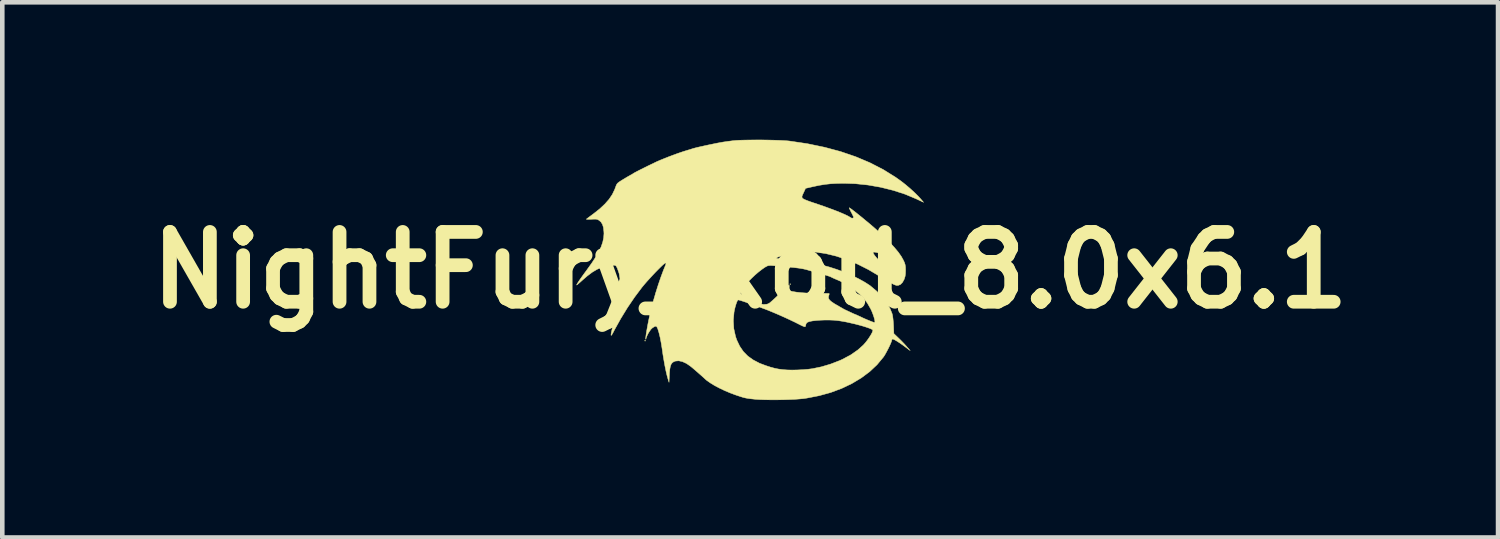
<source format=kicad_pcb>
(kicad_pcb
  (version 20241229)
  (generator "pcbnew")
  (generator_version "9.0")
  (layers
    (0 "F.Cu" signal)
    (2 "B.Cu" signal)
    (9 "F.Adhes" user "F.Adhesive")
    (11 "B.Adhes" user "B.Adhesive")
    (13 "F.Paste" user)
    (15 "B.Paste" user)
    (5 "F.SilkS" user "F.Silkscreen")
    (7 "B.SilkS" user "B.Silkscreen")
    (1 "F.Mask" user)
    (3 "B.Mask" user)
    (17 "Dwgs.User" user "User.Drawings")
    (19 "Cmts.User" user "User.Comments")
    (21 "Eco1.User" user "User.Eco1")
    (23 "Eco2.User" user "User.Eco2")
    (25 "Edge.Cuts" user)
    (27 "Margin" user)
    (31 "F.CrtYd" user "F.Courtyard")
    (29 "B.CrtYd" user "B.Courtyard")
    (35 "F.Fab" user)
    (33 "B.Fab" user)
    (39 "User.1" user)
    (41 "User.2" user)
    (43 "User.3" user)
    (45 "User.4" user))
  (footprint "NightFury_Roll_8.0x6.1"
    (layer "F.Cu")
    (at 13.324 2.847)
    (property "Reference" "NightFury_Roll_8.0x6.1" (at 0 0 0) (layer "F.SilkS") (effects (font (size 1.524 1.524) (thickness 0.3))))
    (attr through_hole)
    (fp_poly (pts (xy -2.291 1.529) (xy -2.289 1.545) (xy -2.291 1.548) (xy -2.299 1.546) (xy -2.3 1.538) (xy -2.295 1.526) (xy -2.291 1.529)) (stroke (width 0.01) (type solid)) (fill yes) (layer "F.SilkS"))
    (fp_poly (pts (xy 0.884 0.301) (xy 0.882 0.309) (xy 0.875 0.31) (xy 0.863 0.305) (xy 0.865 0.301) (xy 0.882 0.299) (xy 0.884 0.301)) (stroke (width 0.01) (type solid)) (fill yes) (layer "F.SilkS"))
    (fp_poly (pts (xy 0.257 -2.842) (xy 0.39 -2.84) (xy 0.518 -2.837) (xy 0.637 -2.833) (xy 0.741 -2.828) (xy 0.825 -2.822) (xy 0.861 -2.818) (xy 1.251 -2.76) (xy 1.622 -2.683) (xy 1.973 -2.589) (xy 2.304 -2.476) (xy 2.614 -2.345) (xy 2.904 -2.196) (xy 3.171 -2.03) (xy 3.295 -1.942) (xy 3.393 -1.865) (xy 3.493 -1.78) (xy 3.587 -1.694) (xy 3.669 -1.613) (xy 3.712 -1.566) (xy 3.785 -1.481) (xy 3.623 -1.557) (xy 3.382 -1.658) (xy 3.123 -1.742) (xy 2.85 -1.81) (xy 2.571 -1.859) (xy 2.29 -1.888) (xy 2.053 -1.896) (xy 1.901 -1.894) (xy 1.765 -1.887) (xy 1.637 -1.873) (xy 1.506 -1.852) (xy 1.361 -1.821) (xy 1.344 -1.817) (xy 1.209 -1.786) (xy 1.17 -1.701) (xy 1.151 -1.661) (xy 1.137 -1.629) (xy 1.13 -1.604) (xy 1.133 -1.583) (xy 1.149 -1.564) (xy 1.179 -1.546) (xy 1.226 -1.526) (xy 1.292 -1.501) (xy 1.38 -1.471) (xy 1.482 -1.437) (xy 1.621 -1.389) (xy 1.752 -1.341) (xy 1.872 -1.296) (xy 1.976 -1.254) (xy 2.064 -1.216) (xy 2.131 -1.184) (xy 2.176 -1.158) (xy 2.189 -1.149) (xy 2.216 -1.135) (xy 2.242 -1.136) (xy 2.257 -1.15) (xy 2.258 -1.155) (xy 2.252 -1.172) (xy 2.235 -1.208) (xy 2.212 -1.254) (xy 2.207 -1.262) (xy 2.184 -1.308) (xy 2.168 -1.343) (xy 2.162 -1.362) (xy 2.162 -1.363) (xy 2.175 -1.356) (xy 2.206 -1.335) (xy 2.252 -1.3) (xy 2.31 -1.255) (xy 2.376 -1.202) (xy 2.447 -1.145) (xy 2.52 -1.084) (xy 2.592 -1.025) (xy 2.659 -0.968) (xy 2.718 -0.917) (xy 2.754 -0.885) (xy 2.907 -0.743) (xy 3.037 -0.614) (xy 3.145 -0.498) (xy 3.232 -0.394) (xy 3.299 -0.299) (xy 3.346 -0.214) (xy 3.37 -0.161) (xy 3.383 -0.117) (xy 3.39 -0.069) (xy 3.392 -0.006) (xy 3.392 0) (xy 3.39 0.075) (xy 3.382 0.134) (xy 3.365 0.189) (xy 3.361 0.2) (xy 3.324 0.268) (xy 3.279 0.313) (xy 3.228 0.333) (xy 3.189 0.332) (xy 3.145 0.316) (xy 3.08 0.284) (xy 2.994 0.236) (xy 2.89 0.173) (xy 2.815 0.126) (xy 2.58 -0.013) (xy 2.344 -0.132) (xy 2.109 -0.23) (xy 1.877 -0.307) (xy 1.65 -0.362) (xy 1.49 -0.386) (xy 2.681 -0.386) (xy 2.691 -0.36) (xy 2.717 -0.321) (xy 2.754 -0.275) (xy 2.797 -0.229) (xy 2.84 -0.188) (xy 2.85 -0.18) (xy 2.894 -0.154) (xy 2.936 -0.141) (xy 2.97 -0.143) (xy 2.989 -0.159) (xy 2.992 -0.171) (xy 2.981 -0.217) (xy 2.952 -0.268) (xy 2.911 -0.316) (xy 2.871 -0.347) (xy 2.832 -0.365) (xy 2.787 -0.38) (xy 2.742 -0.39) (xy 2.705 -0.395) (xy 2.684 -0.391) (xy 2.681 -0.386) (xy 1.49 -0.386) (xy 1.43 -0.395) (xy 1.22 -0.406) (xy 1.02 -0.392) (xy 0.915 -0.375) (xy 0.885 -0.367) (xy 0.837 -0.354) (xy 0.778 -0.337) (xy 0.753 -0.33) (xy 0.695 -0.313) (xy 0.645 -0.298) (xy 0.611 -0.288) (xy 0.603 -0.286) (xy 0.585 -0.275) (xy 0.577 -0.261) (xy 0.584 -0.254) (xy 0.65 -0.251) (xy 0.739 -0.244) (xy 0.844 -0.232) (xy 0.962 -0.217) (xy 1.086 -0.199) (xy 1.212 -0.179) (xy 1.334 -0.159) (xy 1.447 -0.138) (xy 1.545 -0.117) (xy 1.566 -0.112) (xy 1.726 -0.069) (xy 1.891 -0.016) (xy 2.057 0.047) (xy 2.217 0.115) (xy 2.366 0.187) (xy 2.499 0.261) (xy 2.611 0.333) (xy 2.626 0.345) (xy 2.762 0.459) (xy 2.881 0.582) (xy 2.979 0.71) (xy 3.054 0.84) (xy 3.099 0.952) (xy 3.109 0.997) (xy 3.118 1.062) (xy 3.125 1.14) (xy 3.129 1.203) (xy 3.136 1.384) (xy 3.242 1.486) (xy 3.297 1.54) (xy 3.354 1.599) (xy 3.404 1.653) (xy 3.42 1.672) (xy 3.493 1.756) (xy 3.408 1.692) (xy 3.334 1.637) (xy 3.265 1.589) (xy 3.203 1.549) (xy 3.153 1.52) (xy 3.119 1.504) (xy 3.105 1.502) (xy 3.091 1.523) (xy 3.09 1.528) (xy 3.084 1.555) (xy 3.066 1.6) (xy 3.04 1.658) (xy 3.009 1.721) (xy 2.975 1.785) (xy 2.943 1.843) (xy 2.914 1.889) (xy 2.907 1.898) (xy 2.769 2.064) (xy 2.607 2.216) (xy 2.423 2.353) (xy 2.219 2.475) (xy 1.997 2.581) (xy 1.758 2.67) (xy 1.504 2.74) (xy 1.238 2.792) (xy 1.164 2.803) (xy 1.079 2.811) (xy 0.972 2.819) (xy 0.85 2.824) (xy 0.717 2.828) (xy 0.581 2.83) (xy 0.446 2.83) (xy 0.32 2.828) (xy 0.207 2.824) (xy 0.114 2.818) (xy 0.085 2.815) (xy 0.009 2.807) (xy -0.049 2.799) (xy -0.099 2.79) (xy -0.146 2.779) (xy -0.199 2.763) (xy -0.266 2.741) (xy -0.325 2.721) (xy -0.44 2.678) (xy -0.558 2.628) (xy -0.673 2.573) (xy -0.779 2.517) (xy -0.87 2.461) (xy -0.943 2.41) (xy -0.967 2.39) (xy -1.02 2.341) (xy -1.082 2.286) (xy -1.147 2.229) (xy -1.209 2.175) (xy -1.262 2.13) (xy -1.3 2.099) (xy -1.301 2.098) (xy -1.391 2.036) (xy -1.478 1.996) (xy -1.559 1.978) (xy -1.631 1.984) (xy -1.666 1.997) (xy -1.7 2.02) (xy -1.725 2.053) (xy -1.742 2.098) (xy -1.754 2.162) (xy -1.762 2.248) (xy -1.763 2.279) (xy -1.771 2.448) (xy -1.795 2.371) (xy -1.816 2.295) (xy -1.839 2.197) (xy -1.862 2.084) (xy -1.884 1.961) (xy -1.905 1.834) (xy -1.918 1.741) (xy -1.94 1.601) (xy -1.964 1.475) (xy -1.99 1.368) (xy -2.016 1.283) (xy -2.025 1.261) (xy -2.041 1.232) (xy -2.061 1.222) (xy -2.089 1.231) (xy -2.132 1.259) (xy -2.14 1.265) (xy -2.168 1.293) (xy -2.199 1.337) (xy -2.23 1.388) (xy -2.255 1.439) (xy -2.27 1.48) (xy -2.272 1.493) (xy -2.276 1.508) (xy -2.279 1.507) (xy -2.281 1.49) (xy -2.277 1.449) (xy -2.269 1.389) (xy -2.257 1.315) (xy -2.242 1.23) (xy -2.225 1.14) (xy -2.216 1.099) (xy -0.368 1.099) (xy -0.357 1.277) (xy -0.319 1.448) (xy -0.292 1.526) (xy -0.228 1.66) (xy -0.149 1.776) (xy -0.052 1.875) (xy 0.066 1.959) (xy 0.205 2.032) (xy 0.346 2.085) (xy 0.445 2.117) (xy 0.53 2.14) (xy 0.611 2.157) (xy 0.699 2.169) (xy 0.727 2.172) (xy 0.812 2.178) (xy 0.916 2.18) (xy 1.032 2.178) (xy 1.149 2.172) (xy 1.26 2.163) (xy 1.355 2.151) (xy 1.553 2.11) (xy 1.758 2.049) (xy 1.957 1.972) (xy 2.016 1.945) (xy 2.196 1.849) (xy 2.352 1.74) (xy 2.468 1.636) (xy 2.512 1.587) (xy 2.557 1.53) (xy 2.599 1.47) (xy 2.635 1.413) (xy 2.662 1.363) (xy 2.676 1.325) (xy 2.677 1.307) (xy 2.659 1.292) (xy 2.617 1.273) (xy 2.556 1.251) (xy 2.479 1.226) (xy 2.39 1.201) (xy 2.295 1.176) (xy 2.195 1.153) (xy 2.097 1.131) (xy 2.003 1.114) (xy 1.919 1.101) (xy 1.828 1.092) (xy 1.729 1.088) (xy 1.626 1.088) (xy 1.526 1.092) (xy 1.432 1.099) (xy 1.351 1.109) (xy 1.288 1.123) (xy 1.247 1.139) (xy 1.246 1.139) (xy 1.221 1.168) (xy 1.214 1.193) (xy 1.208 1.222) (xy 1.199 1.235) (xy 1.181 1.233) (xy 1.145 1.219) (xy 1.097 1.196) (xy 1.069 1.182) (xy 0.978 1.136) (xy 0.869 1.084) (xy 0.748 1.028) (xy 0.622 0.972) (xy 0.5 0.92) (xy 0.388 0.874) (xy 0.31 0.844) (xy 0.168 0.792) (xy 0.042 0.747) (xy -0.064 0.71) (xy -0.149 0.681) (xy -0.212 0.661) (xy -0.251 0.651) (xy -0.262 0.649) (xy -0.276 0.662) (xy -0.293 0.697) (xy -0.311 0.749) (xy -0.329 0.811) (xy -0.345 0.879) (xy -0.352 0.918) (xy -0.368 1.099) (xy -2.216 1.099) (xy -2.206 1.048) (xy -2.187 0.959) (xy -2.168 0.877) (xy -2.158 0.84) (xy -2.111 0.664) (xy -2.065 0.507) (xy -0.212 0.507) (xy -0.2 0.519) (xy -0.169 0.538) (xy -0.131 0.557) (xy -0.085 0.58) (xy -0.047 0.601) (xy -0.029 0.613) (xy -0.007 0.628) (xy 0.033 0.652) (xy 0.084 0.679) (xy 0.105 0.69) (xy 0.206 0.732) (xy 0.294 0.749) (xy 0.371 0.742) (xy 0.416 0.722) (xy 0.44 0.703) (xy 0.479 0.669) (xy 0.531 0.622) (xy 0.59 0.567) (xy 0.649 0.51) (xy 0.709 0.452) (xy 0.762 0.401) (xy 0.805 0.361) (xy 0.835 0.334) (xy 0.848 0.325) (xy 0.848 0.325) (xy 0.852 0.337) (xy 0.852 0.369) (xy 0.85 0.387) (xy 0.843 0.449) (xy 0.919 0.465) (xy 1.01 0.48) (xy 1.124 0.492) (xy 1.253 0.501) (xy 1.392 0.506) (xy 1.482 0.507) (xy 1.556 0.506) (xy 1.622 0.506) (xy 1.674 0.507) (xy 1.705 0.507) (xy 1.71 0.507) (xy 1.725 0.512) (xy 1.724 0.529) (xy 1.718 0.548) (xy 1.708 0.586) (xy 1.712 0.619) (xy 1.732 0.651) (xy 1.772 0.687) (xy 1.834 0.729) (xy 1.845 0.736) (xy 2.055 0.857) (xy 2.259 0.952) (xy 2.316 0.975) (xy 2.371 1) (xy 2.406 1.016) (xy 2.453 1.039) (xy 2.509 1.064) (xy 2.568 1.089) (xy 2.624 1.112) (xy 2.671 1.13) (xy 2.7 1.14) (xy 2.706 1.142) (xy 2.722 1.132) (xy 2.723 1.125) (xy 2.718 1.083) (xy 2.702 1.025) (xy 2.679 0.958) (xy 2.652 0.89) (xy 2.63 0.844) (xy 2.557 0.717) (xy 2.475 0.609) (xy 2.382 0.517) (xy 2.334 0.477) (xy 2.282 0.435) (xy 2.23 0.394) (xy 2.183 0.36) (xy 2.147 0.336) (xy 2.126 0.325) (xy 2.125 0.325) (xy 2.109 0.318) (xy 2.078 0.3) (xy 2.058 0.288) (xy 2.014 0.263) (xy 1.957 0.235) (xy 1.899 0.21) (xy 1.845 0.187) (xy 1.798 0.166) (xy 1.766 0.15) (xy 1.764 0.149) (xy 1.747 0.141) (xy 1.721 0.132) (xy 1.683 0.119) (xy 1.63 0.103) (xy 1.559 0.083) (xy 1.467 0.056) (xy 1.362 0.027) (xy 1.306 0.011) (xy 1.255 -0.004) (xy 1.221 -0.014) (xy 1.16 -0.028) (xy 1.072 -0.043) (xy 0.959 -0.057) (xy 0.82 -0.07) (xy 0.811 -0.071) (xy 0.73 -0.079) (xy 0.647 -0.086) (xy 0.574 -0.093) (xy 0.522 -0.098) (xy 0.449 -0.103) (xy 0.397 -0.099) (xy 0.374 -0.092) (xy 0.322 -0.064) (xy 0.258 -0.019) (xy 0.184 0.038) (xy 0.108 0.103) (xy 0.034 0.173) (xy -0.033 0.241) (xy -0.088 0.304) (xy -0.096 0.314) (xy -0.135 0.368) (xy -0.17 0.421) (xy -0.196 0.467) (xy -0.21 0.499) (xy -0.212 0.507) (xy -2.065 0.507) (xy -2.059 0.486) (xy -2.004 0.312) (xy -1.948 0.149) (xy -1.894 0.004) (xy -1.868 -0.06) (xy -1.848 -0.109) (xy -1.838 -0.137) (xy -1.837 -0.151) (xy -1.845 -0.155) (xy -1.853 -0.155) (xy -1.871 -0.145) (xy -1.904 -0.117) (xy -1.949 -0.074) (xy -2.004 -0.02) (xy -2.066 0.043) (xy -2.131 0.112) (xy -2.195 0.182) (xy -2.258 0.251) (xy -2.314 0.316) (xy -2.362 0.374) (xy -2.362 0.374) (xy -2.521 0.586) (xy -2.678 0.817) (xy -2.825 1.057) (xy -2.958 1.296) (xy -2.97 1.319) (xy -2.995 1.367) (xy -3.014 1.401) (xy -3.028 1.42) (xy -3.035 1.424) (xy -3.037 1.409) (xy -3.033 1.376) (xy -3.022 1.323) (xy -3.004 1.247) (xy -2.98 1.148) (xy -2.949 1.025) (xy -2.916 0.896) (xy -2.872 0.699) (xy -2.845 0.516) (xy -2.834 0.349) (xy -2.839 0.199) (xy -2.862 0.067) (xy -2.9 -0.043) (xy -2.907 -0.056) (xy -2.924 -0.088) (xy -2.941 -0.103) (xy -2.967 -0.108) (xy -3.009 -0.106) (xy -3.125 -0.092) (xy -3.233 -0.064) (xy -3.338 -0.02) (xy -3.443 0.042) (xy -3.554 0.125) (xy -3.657 0.214) (xy -3.705 0.257) (xy -3.746 0.293) (xy -3.775 0.316) (xy -3.788 0.325) (xy -3.785 0.314) (xy -3.767 0.283) (xy -3.735 0.233) (xy -3.689 0.167) (xy -3.632 0.087) (xy -3.564 -0.005) (xy -3.563 -0.007) (xy -3.457 -0.155) (xy -3.371 -0.286) (xy -3.303 -0.404) (xy -3.252 -0.512) (xy -3.218 -0.612) (xy -3.198 -0.706) (xy -3.191 -0.798) (xy -3.193 -0.84) (xy -3.203 -0.931) (xy -3.224 -1) (xy -3.257 -1.052) (xy -3.296 -1.086) (xy -3.323 -1.102) (xy -3.348 -1.111) (xy -3.382 -1.114) (xy -3.431 -1.113) (xy -3.466 -1.111) (xy -3.518 -1.109) (xy -3.557 -1.109) (xy -3.575 -1.112) (xy -3.575 -1.114) (xy -3.56 -1.126) (xy -3.526 -1.152) (xy -3.48 -1.186) (xy -3.425 -1.227) (xy -3.422 -1.229) (xy -3.284 -1.338) (xy -3.172 -1.443) (xy -3.081 -1.546) (xy -3.01 -1.651) (xy -2.957 -1.761) (xy -2.942 -1.801) (xy -2.926 -1.845) (xy -2.911 -1.877) (xy -2.891 -1.901) (xy -2.86 -1.925) (xy -2.814 -1.955) (xy -2.791 -1.969) (xy -2.732 -2.005) (xy -2.673 -2.04) (xy -2.625 -2.067) (xy -2.611 -2.075) (xy -2.573 -2.096) (xy -2.547 -2.113) (xy -2.54 -2.118) (xy -2.525 -2.126) (xy -2.49 -2.145) (xy -2.438 -2.172) (xy -2.375 -2.204) (xy -2.304 -2.239) (xy -2.232 -2.275) (xy -2.161 -2.309) (xy -2.097 -2.34) (xy -2.045 -2.365) (xy -2.025 -2.374) (xy -1.958 -2.403) (xy -1.874 -2.437) (xy -1.781 -2.474) (xy -1.685 -2.51) (xy -1.593 -2.544) (xy -1.511 -2.572) (xy -1.448 -2.593) (xy -1.438 -2.596) (xy -1.373 -2.616) (xy -1.306 -2.636) (xy -1.254 -2.653) (xy -1.218 -2.663) (xy -1.16 -2.678) (xy -1.086 -2.695) (xy -1 -2.714) (xy -0.908 -2.734) (xy -0.816 -2.753) (xy -0.729 -2.771) (xy -0.653 -2.785) (xy -0.592 -2.796) (xy -0.564 -2.8) (xy -0.528 -2.805) (xy -0.474 -2.813) (xy -0.41 -2.821) (xy -0.381 -2.825) (xy -0.317 -2.831) (xy -0.231 -2.836) (xy -0.125 -2.839) (xy -0.005 -2.841) (xy 0.124 -2.842) (xy 0.257 -2.842)) (stroke (width 0.01) (type solid)) (fill yes) (layer "F.SilkS")))
  (gr_rect
    (start -3 -3)
    (end 29.648 8.682)
    (stroke (width 0.1) (type default))
    (fill no)
    (layer "Edge.Cuts")))
</source>
